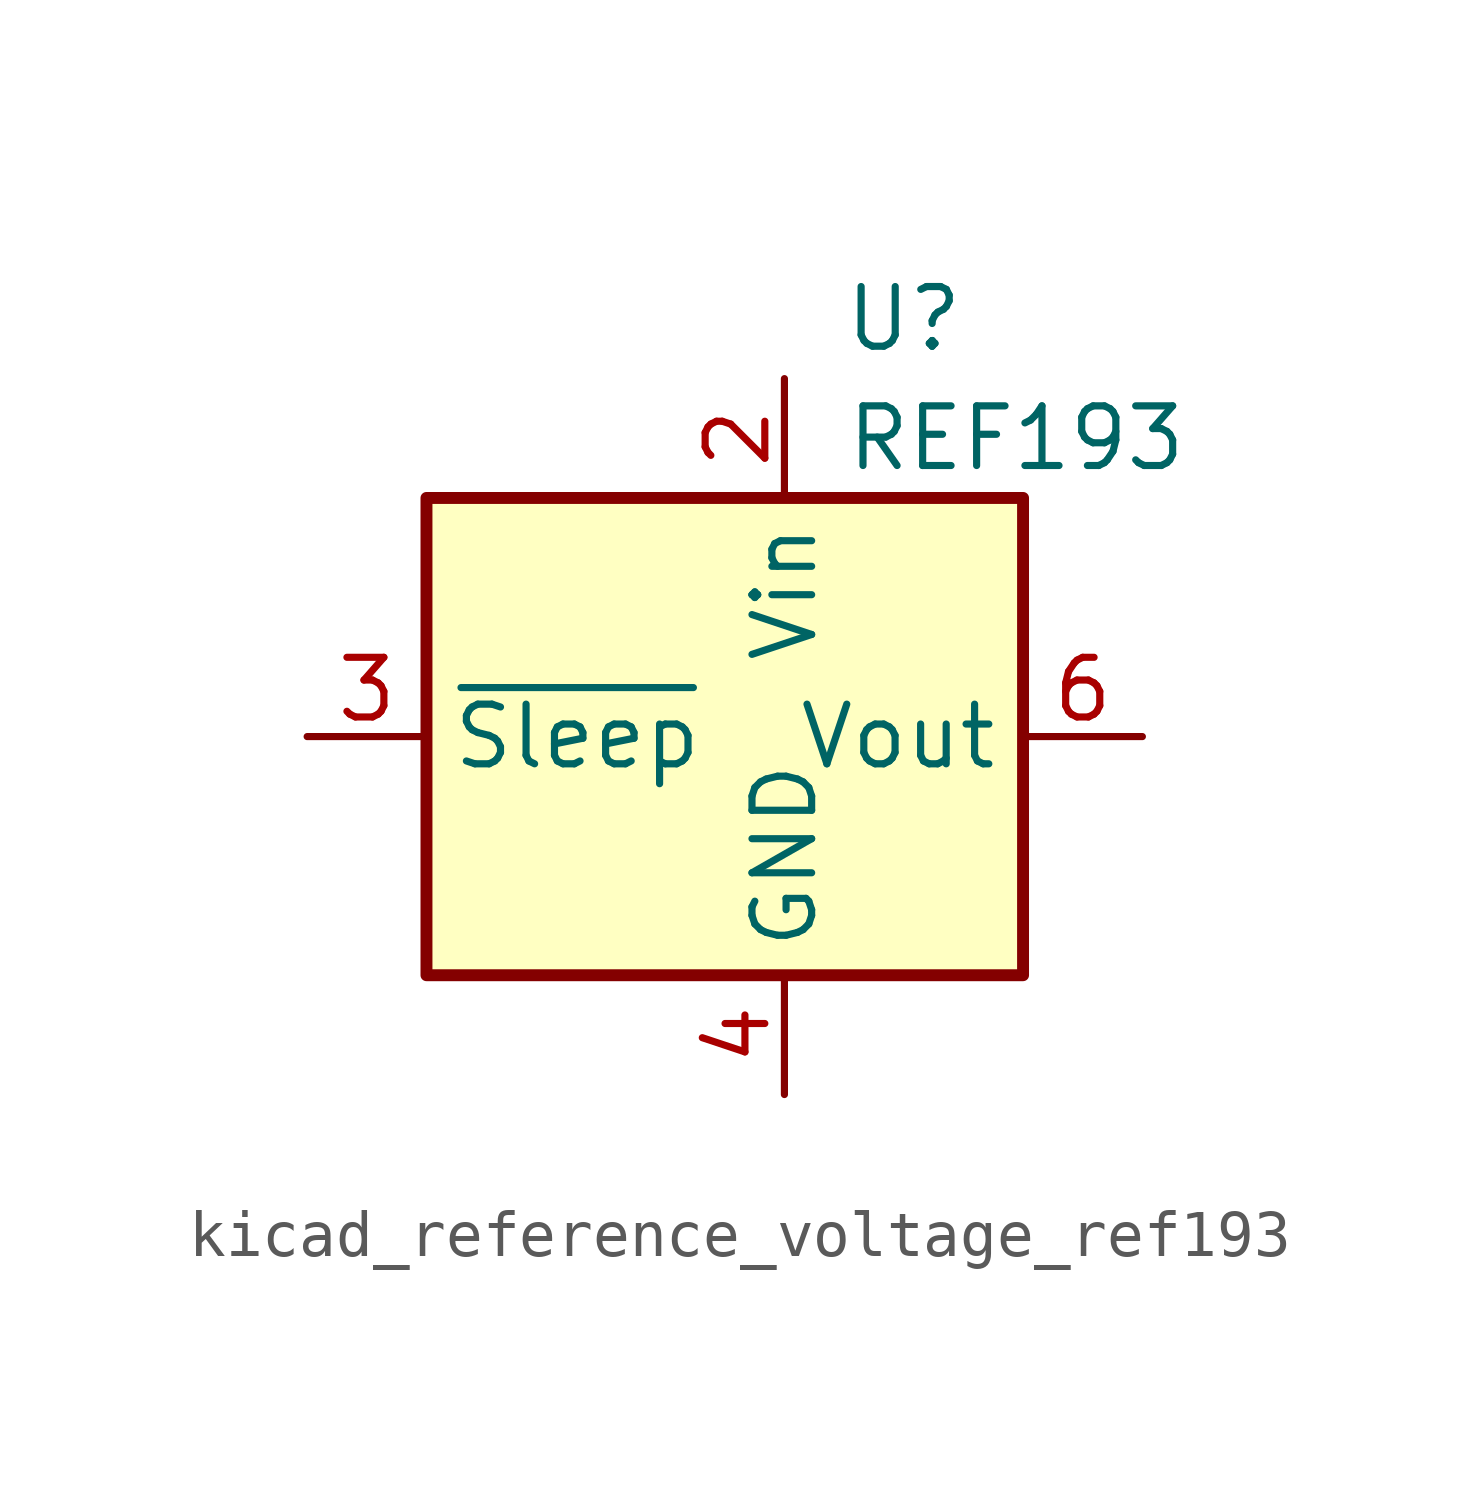
<source format=kicad_sym>
(kicad_symbol_lib
  (version 20220914)
  (generator kicad_symbol_editor)
  (symbol "kicad_reference_voltage_ref193"
    (property "Reference" "U"
      (at 2.54 8.89 0)
      (effects (font (size 1.27 1.27))))
    (property "Value" "REF193"
      (at 1.27 6.35 0)
      (effects (font (size 1.27 1.27)) (justify left)))
    (symbol "kicad_reference_voltage_ref193_0_1"
      (rectangle (start -7.62 5.08) (end 5.08 -5.08) (stroke (width 0.254) (type default)) (fill (type background))))
    (symbol "kicad_reference_voltage_ref193_1_1"
      (pin no_connect line (at -7.62 2.54 0) (length 2.54) hide (name "TP" (effects (font (size 1.27 1.27)))) (number "1" (effects (font (size 1.27 1.27)))))
      (pin power_in line (at 0 7.62 270) (length 2.54) (name "Vin" (effects (font (size 1.27 1.27)))) (number "2" (effects (font (size 1.27 1.27)))))
      (pin input line (at -10.16 0 0) (length 2.54) (name "~{Sleep}" (effects (font (size 1.27 1.27)))) (number "3" (effects (font (size 1.27 1.27)))))
      (pin power_in line (at 0 -7.62 90) (length 2.54) (name "GND" (effects (font (size 1.27 1.27)))) (number "4" (effects (font (size 1.27 1.27)))))
      (pin no_connect line (at -5.08 -5.08 90) (length 2.54) hide (name "TP" (effects (font (size 1.27 1.27)))) (number "5" (effects (font (size 1.27 1.27)))))
      (pin power_out line (at 7.62 0 180) (length 2.54) (name "Vout" (effects (font (size 1.27 1.27)))) (number "6" (effects (font (size 1.27 1.27)))))
      (pin no_connect line (at -2.54 -5.08 90) (length 2.54) hide (name "NC" (effects (font (size 1.27 1.27)))) (number "7" (effects (font (size 1.27 1.27)))))
      (pin no_connect line (at 2.54 -5.08 90) (length 2.54) hide (name "NC" (effects (font (size 1.27 1.27)))) (number "8" (effects (font (size 1.27 1.27))))))))
</source>
